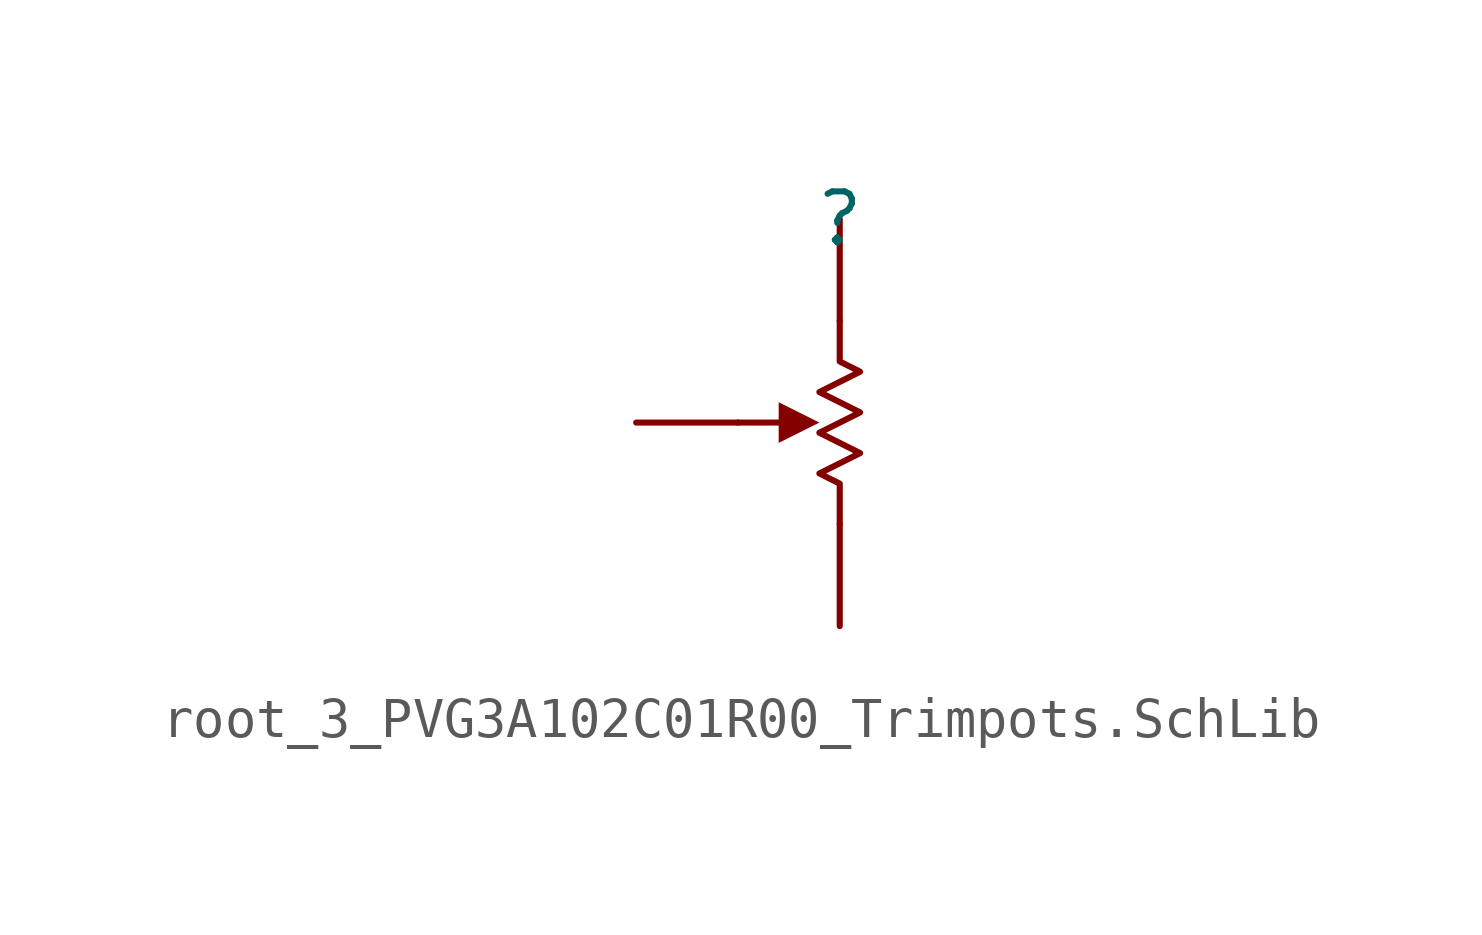
<source format=kicad_sym>
(kicad_symbol_lib
  (version 20241209)
  (generator "kicad_symbol_editor")
  (generator_version "9.0")
  (symbol "root_3_PVG3A102C01R00_Trimpots.SchLib"
    (pin_numbers
      (hide yes))
    (pin_names
      (hide yes))
    (property "Reference" ""
      (at 0 0 0)
      (effects (font (size 1.27 1.27))))
    (property "Value" ""
      (at 0 0 0)
      (effects (font (size 1.27 1.27))))
    (symbol "root_3_PVG3A102C01R00_Trimpots.SchLib_1_0"
      (polyline (pts (xy -2.54 -5.08) (xy -1.524 -5.08)) (stroke (width 0) (type solid)) (fill (type none)))
      (polyline (pts (xy -1.524 -4.572) (xy -0.508 -5.08) (xy -1.524 -5.588) (xy -1.524 -4.572)) (stroke (width -0.0001) (type solid)) (fill (type outline)))
      (polyline (pts (xy 0 -7.62) (xy 0 -6.604) (xy -0.508 -6.35) (xy 0.508 -5.842) (xy -0.508 -5.334) (xy 0.508 -4.826) (xy -0.508 -4.318) (xy 0.508 -3.81) (xy 0 -3.556) (xy 0 -2.54)) (stroke (width 0) (type solid)) (fill (type none)))
      (pin passive line (at -5.08 -5.08 0) (length 2.54) (name "2" (effects (font (size 1.27 1.27)))) (number "2" (effects (font (size 1.27 1.27)))))
      (pin passive line (at 0 0 270) (length 2.54) (name "1" (effects (font (size 1.27 1.27)))) (number "1" (effects (font (size 1.27 1.27)))))
      (pin passive line (at 0 -10.16 90) (length 2.54) (name "3" (effects (font (size 1.27 1.27)))) (number "3" (effects (font (size 1.27 1.27))))))))
</source>
